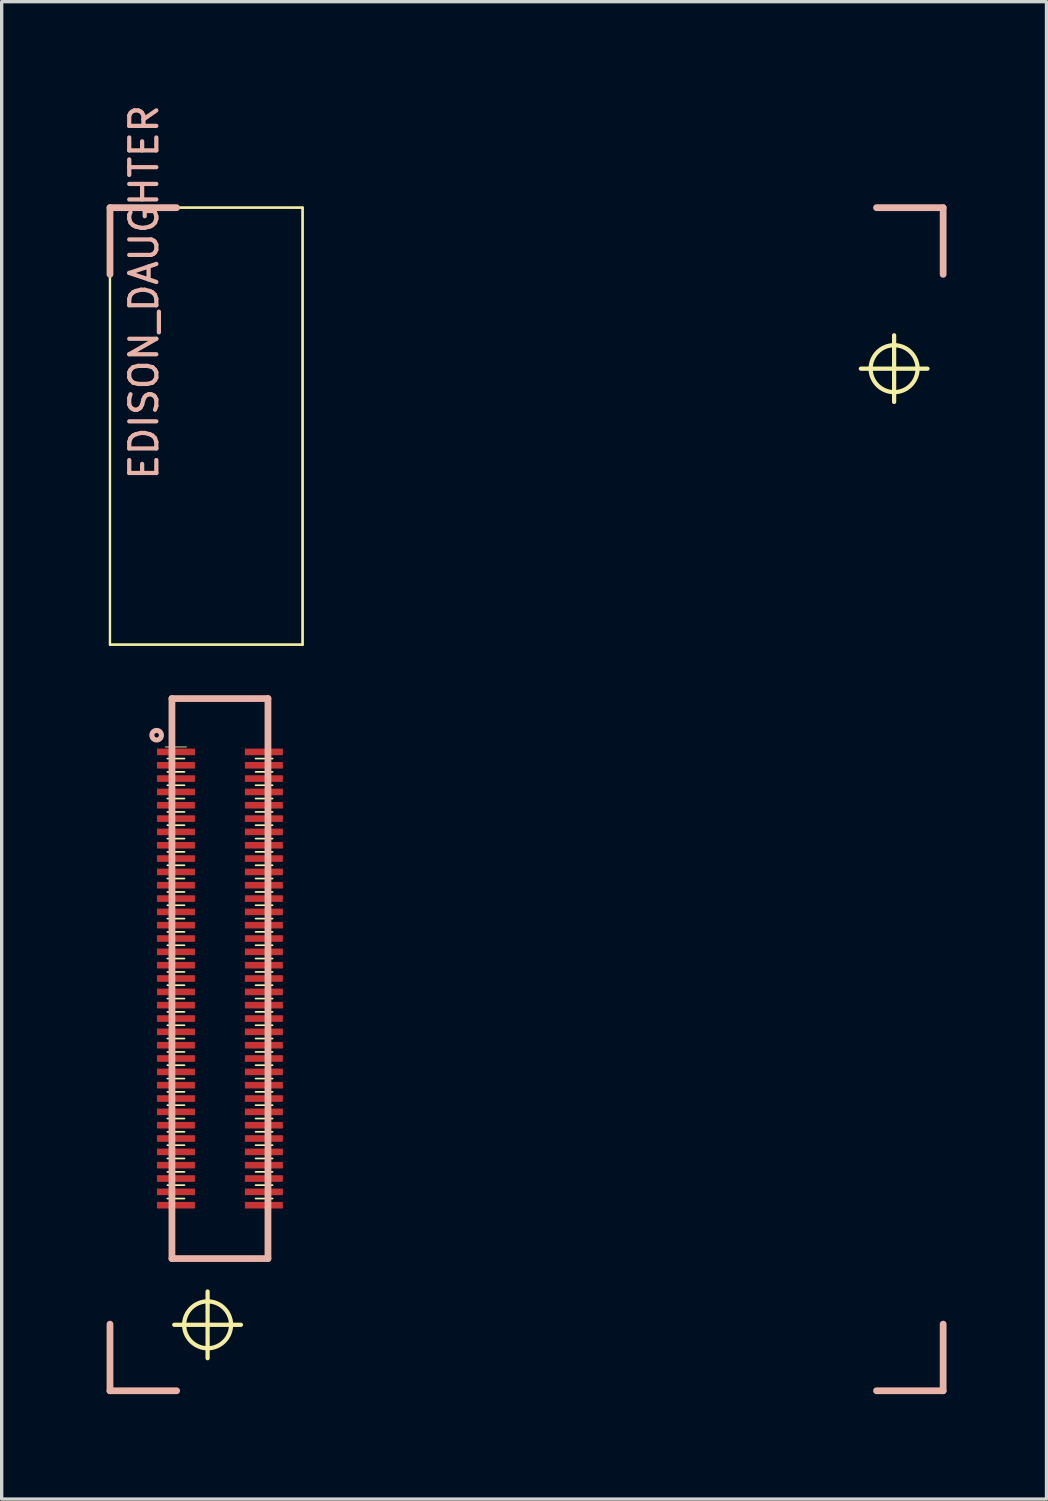
<source format=kicad_pcb>
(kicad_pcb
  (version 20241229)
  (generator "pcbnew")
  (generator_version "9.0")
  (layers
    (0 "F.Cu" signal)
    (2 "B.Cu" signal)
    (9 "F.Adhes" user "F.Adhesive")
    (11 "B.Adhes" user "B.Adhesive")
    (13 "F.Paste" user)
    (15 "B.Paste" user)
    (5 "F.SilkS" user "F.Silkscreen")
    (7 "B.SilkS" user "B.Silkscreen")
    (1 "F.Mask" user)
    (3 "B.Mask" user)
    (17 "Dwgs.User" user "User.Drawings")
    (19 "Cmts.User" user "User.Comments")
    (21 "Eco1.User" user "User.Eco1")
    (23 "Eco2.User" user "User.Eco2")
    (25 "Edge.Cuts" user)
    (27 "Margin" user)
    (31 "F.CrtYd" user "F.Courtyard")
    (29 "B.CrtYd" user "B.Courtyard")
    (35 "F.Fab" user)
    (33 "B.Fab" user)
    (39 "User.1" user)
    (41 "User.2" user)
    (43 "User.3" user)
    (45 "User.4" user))
  (footprint "EDISON_DAUGHTER"
    (layer "F.Cu")
    (at 0.25 38.68)
    (property "Reference" "EDISON_DAUGHTER" (at 1.021 -32.959 270) (layer "B.SilkS") (effects (font (size 0.813 0.813) (thickness 0.127))))
    (attr smd)
    (fp_line (start 0 -35.499) (end 5.779 -35.499) (stroke (width 0.066) (type solid)) (layer "F.SilkS"))
    (fp_line (start 0 -35.499) (end 5.779 -35.499) (stroke (width 0.066) (type solid)) (layer "F.SilkS"))
    (fp_line (start 0 -22.388) (end 0 -35.499) (stroke (width 0.066) (type solid)) (layer "F.SilkS"))
    (fp_line (start 0 -22.388) (end 0 -35.499) (stroke (width 0.066) (type solid)) (layer "F.SilkS"))
    (fp_line (start 0 -22.388) (end 5.779 -22.388) (stroke (width 0.066) (type solid)) (layer "F.SilkS"))
    (fp_line (start 0 -22.388) (end 5.779 -22.388) (stroke (width 0.066) (type solid)) (layer "F.SilkS"))
    (fp_line (start 1.661 -19.317) (end 2.296 -19.317) (stroke (width 0.025) (type solid)) (layer "F.SilkS"))
    (fp_line (start 1.722 -18.969) (end 2.235 -18.969) (stroke (width 0.051) (type solid)) (layer "F.SilkS"))
    (fp_line (start 1.722 -18.57) (end 2.235 -18.57) (stroke (width 0.051) (type solid)) (layer "F.SilkS"))
    (fp_line (start 1.722 -18.169) (end 2.235 -18.169) (stroke (width 0.051) (type solid)) (layer "F.SilkS"))
    (fp_line (start 1.722 -17.77) (end 2.235 -17.77) (stroke (width 0.051) (type solid)) (layer "F.SilkS"))
    (fp_line (start 1.722 -17.369) (end 2.235 -17.369) (stroke (width 0.051) (type solid)) (layer "F.SilkS"))
    (fp_line (start 1.722 -16.97) (end 2.235 -16.97) (stroke (width 0.051) (type solid)) (layer "F.SilkS"))
    (fp_line (start 1.722 -16.568) (end 2.235 -16.568) (stroke (width 0.051) (type solid)) (layer "F.SilkS"))
    (fp_line (start 1.722 -16.17) (end 2.235 -16.17) (stroke (width 0.051) (type solid)) (layer "F.SilkS"))
    (fp_line (start 1.722 -15.768) (end 2.235 -15.768) (stroke (width 0.051) (type solid)) (layer "F.SilkS"))
    (fp_line (start 1.722 -15.37) (end 2.235 -15.37) (stroke (width 0.051) (type solid)) (layer "F.SilkS"))
    (fp_line (start 1.722 -14.968) (end 2.235 -14.968) (stroke (width 0.051) (type solid)) (layer "F.SilkS"))
    (fp_line (start 1.722 -14.569) (end 2.235 -14.569) (stroke (width 0.051) (type solid)) (layer "F.SilkS"))
    (fp_line (start 1.722 -14.168) (end 2.235 -14.168) (stroke (width 0.051) (type solid)) (layer "F.SilkS"))
    (fp_line (start 1.722 -13.769) (end 2.235 -13.769) (stroke (width 0.051) (type solid)) (layer "F.SilkS"))
    (fp_line (start 1.722 -13.368) (end 2.235 -13.368) (stroke (width 0.051) (type solid)) (layer "F.SilkS"))
    (fp_line (start 1.722 -12.969) (end 2.235 -12.969) (stroke (width 0.051) (type solid)) (layer "F.SilkS"))
    (fp_line (start 1.722 -12.568) (end 2.235 -12.568) (stroke (width 0.051) (type solid)) (layer "F.SilkS"))
    (fp_line (start 1.722 -12.169) (end 2.235 -12.169) (stroke (width 0.051) (type solid)) (layer "F.SilkS"))
    (fp_line (start 1.722 -11.768) (end 2.235 -11.768) (stroke (width 0.051) (type solid)) (layer "F.SilkS"))
    (fp_line (start 1.722 -11.369) (end 2.235 -11.369) (stroke (width 0.051) (type solid)) (layer "F.SilkS"))
    (fp_line (start 1.722 -10.968) (end 2.235 -10.968) (stroke (width 0.051) (type solid)) (layer "F.SilkS"))
    (fp_line (start 1.722 -10.569) (end 2.235 -10.569) (stroke (width 0.051) (type solid)) (layer "F.SilkS"))
    (fp_line (start 1.722 -10.168) (end 2.235 -10.168) (stroke (width 0.051) (type solid)) (layer "F.SilkS"))
    (fp_line (start 1.722 -9.769) (end 2.235 -9.769) (stroke (width 0.051) (type solid)) (layer "F.SilkS"))
    (fp_line (start 1.722 -9.368) (end 2.235 -9.368) (stroke (width 0.051) (type solid)) (layer "F.SilkS"))
    (fp_line (start 1.722 -8.969) (end 2.235 -8.969) (stroke (width 0.051) (type solid)) (layer "F.SilkS"))
    (fp_line (start 1.722 -8.57) (end 2.235 -8.57) (stroke (width 0.051) (type solid)) (layer "F.SilkS"))
    (fp_line (start 1.722 -8.169) (end 2.235 -8.169) (stroke (width 0.051) (type solid)) (layer "F.SilkS"))
    (fp_line (start 1.722 -7.77) (end 2.235 -7.77) (stroke (width 0.051) (type solid)) (layer "F.SilkS"))
    (fp_line (start 1.722 -7.369) (end 2.235 -7.369) (stroke (width 0.051) (type solid)) (layer "F.SilkS"))
    (fp_line (start 1.722 -6.97) (end 2.235 -6.97) (stroke (width 0.051) (type solid)) (layer "F.SilkS"))
    (fp_line (start 1.722 -6.568) (end 2.235 -6.568) (stroke (width 0.051) (type solid)) (layer "F.SilkS"))
    (fp_line (start 1.722 -6.17) (end 2.235 -6.17) (stroke (width 0.051) (type solid)) (layer "F.SilkS"))
    (fp_line (start 1.722 -5.768) (end 2.235 -5.768) (stroke (width 0.051) (type solid)) (layer "F.SilkS"))
    (fp_line (start 1.928 -1.979) (end 3.929 -1.979) (stroke (width 0.127) (type solid)) (layer "F.SilkS"))
    (fp_line (start 2.929 -0.978) (end 2.929 -2.979) (stroke (width 0.127) (type solid)) (layer "F.SilkS"))
    (fp_line (start 4.369 -18.969) (end 4.879 -18.969) (stroke (width 0.051) (type solid)) (layer "F.SilkS"))
    (fp_line (start 4.369 -18.57) (end 4.879 -18.57) (stroke (width 0.051) (type solid)) (layer "F.SilkS"))
    (fp_line (start 4.369 -18.169) (end 4.879 -18.169) (stroke (width 0.051) (type solid)) (layer "F.SilkS"))
    (fp_line (start 4.369 -17.77) (end 4.879 -17.77) (stroke (width 0.051) (type solid)) (layer "F.SilkS"))
    (fp_line (start 4.369 -17.369) (end 4.879 -17.369) (stroke (width 0.051) (type solid)) (layer "F.SilkS"))
    (fp_line (start 4.369 -16.97) (end 4.879 -16.97) (stroke (width 0.051) (type solid)) (layer "F.SilkS"))
    (fp_line (start 4.369 -16.568) (end 4.879 -16.568) (stroke (width 0.051) (type solid)) (layer "F.SilkS"))
    (fp_line (start 4.369 -16.17) (end 4.879 -16.17) (stroke (width 0.051) (type solid)) (layer "F.SilkS"))
    (fp_line (start 4.369 -15.768) (end 4.879 -15.768) (stroke (width 0.051) (type solid)) (layer "F.SilkS"))
    (fp_line (start 4.369 -15.37) (end 4.879 -15.37) (stroke (width 0.051) (type solid)) (layer "F.SilkS"))
    (fp_line (start 4.369 -14.968) (end 4.879 -14.968) (stroke (width 0.051) (type solid)) (layer "F.SilkS"))
    (fp_line (start 4.369 -14.569) (end 4.879 -14.569) (stroke (width 0.051) (type solid)) (layer "F.SilkS"))
    (fp_line (start 4.369 -14.168) (end 4.879 -14.168) (stroke (width 0.051) (type solid)) (layer "F.SilkS"))
    (fp_line (start 4.369 -13.769) (end 4.879 -13.769) (stroke (width 0.051) (type solid)) (layer "F.SilkS"))
    (fp_line (start 4.369 -13.368) (end 4.879 -13.368) (stroke (width 0.051) (type solid)) (layer "F.SilkS"))
    (fp_line (start 4.369 -12.969) (end 4.879 -12.969) (stroke (width 0.051) (type solid)) (layer "F.SilkS"))
    (fp_line (start 4.369 -12.568) (end 4.879 -12.568) (stroke (width 0.051) (type solid)) (layer "F.SilkS"))
    (fp_line (start 4.369 -12.169) (end 4.879 -12.169) (stroke (width 0.051) (type solid)) (layer "F.SilkS"))
    (fp_line (start 4.369 -11.768) (end 4.879 -11.768) (stroke (width 0.051) (type solid)) (layer "F.SilkS"))
    (fp_line (start 4.369 -11.369) (end 4.879 -11.369) (stroke (width 0.051) (type solid)) (layer "F.SilkS"))
    (fp_line (start 4.369 -10.968) (end 4.879 -10.968) (stroke (width 0.051) (type solid)) (layer "F.SilkS"))
    (fp_line (start 4.369 -10.569) (end 4.879 -10.569) (stroke (width 0.051) (type solid)) (layer "F.SilkS"))
    (fp_line (start 4.369 -10.168) (end 4.879 -10.168) (stroke (width 0.051) (type solid)) (layer "F.SilkS"))
    (fp_line (start 4.369 -9.769) (end 4.879 -9.769) (stroke (width 0.051) (type solid)) (layer "F.SilkS"))
    (fp_line (start 4.369 -9.368) (end 4.879 -9.368) (stroke (width 0.051) (type solid)) (layer "F.SilkS"))
    (fp_line (start 4.369 -8.969) (end 4.879 -8.969) (stroke (width 0.051) (type solid)) (layer "F.SilkS"))
    (fp_line (start 4.369 -8.57) (end 4.879 -8.57) (stroke (width 0.051) (type solid)) (layer "F.SilkS"))
    (fp_line (start 4.369 -8.169) (end 4.879 -8.169) (stroke (width 0.051) (type solid)) (layer "F.SilkS"))
    (fp_line (start 4.369 -7.77) (end 4.879 -7.77) (stroke (width 0.051) (type solid)) (layer "F.SilkS"))
    (fp_line (start 4.369 -7.369) (end 4.879 -7.369) (stroke (width 0.051) (type solid)) (layer "F.SilkS"))
    (fp_line (start 4.369 -6.97) (end 4.879 -6.97) (stroke (width 0.051) (type solid)) (layer "F.SilkS"))
    (fp_line (start 4.369 -6.568) (end 4.879 -6.568) (stroke (width 0.051) (type solid)) (layer "F.SilkS"))
    (fp_line (start 4.369 -6.17) (end 4.879 -6.17) (stroke (width 0.051) (type solid)) (layer "F.SilkS"))
    (fp_line (start 4.369 -5.768) (end 4.879 -5.768) (stroke (width 0.051) (type solid)) (layer "F.SilkS"))
    (fp_line (start 5.779 -22.388) (end 5.779 -35.499) (stroke (width 0.066) (type solid)) (layer "F.SilkS"))
    (fp_line (start 5.779 -22.388) (end 5.779 -35.499) (stroke (width 0.066) (type solid)) (layer "F.SilkS"))
    (fp_line (start 22.53 -30.668) (end 24.529 -30.668) (stroke (width 0.127) (type solid)) (layer "F.SilkS"))
    (fp_line (start 23.528 -29.67) (end 23.528 -31.669) (stroke (width 0.127) (type solid)) (layer "F.SilkS"))
    (fp_circle (center 2.929 -1.979) (end 3.426 -2.477) (stroke (width 0.127) (type solid)) (fill no) (layer "F.SilkS"))
    (fp_circle (center 23.528 -30.668) (end 24.026 -31.166) (stroke (width 0.127) (type solid)) (fill no) (layer "F.SilkS"))
    (fp_line (start 0 -35.499) (end 1.999 -35.499) (stroke (width 0.203) (type solid)) (layer "B.SilkS"))
    (fp_line (start 0 -33.498) (end 0 -35.499) (stroke (width 0.203) (type solid)) (layer "B.SilkS"))
    (fp_line (start 0 0) (end 0 -1.999) (stroke (width 0.203) (type solid)) (layer "B.SilkS"))
    (fp_line (start 1.859 -20.77) (end 4.74 -20.77) (stroke (width 0.203) (type solid)) (layer "B.SilkS"))
    (fp_line (start 1.859 -3.967) (end 1.859 -20.77) (stroke (width 0.203) (type solid)) (layer "B.SilkS"))
    (fp_line (start 1.999 0) (end 0 0) (stroke (width 0.203) (type solid)) (layer "B.SilkS"))
    (fp_line (start 4.74 -20.77) (end 4.74 -3.967) (stroke (width 0.203) (type solid)) (layer "B.SilkS"))
    (fp_line (start 4.74 -3.967) (end 1.859 -3.967) (stroke (width 0.203) (type solid)) (layer "B.SilkS"))
    (fp_line (start 23 -35.499) (end 24.999 -35.499) (stroke (width 0.203) (type solid)) (layer "B.SilkS"))
    (fp_line (start 24.999 -35.499) (end 24.999 -33.498) (stroke (width 0.203) (type solid)) (layer "B.SilkS"))
    (fp_line (start 24.999 -1.999) (end 24.999 0) (stroke (width 0.203) (type solid)) (layer "B.SilkS"))
    (fp_line (start 24.999 0) (end 23 0) (stroke (width 0.203) (type solid)) (layer "B.SilkS"))
    (fp_circle (center 1.4 -19.67) (end 1.448 -19.718) (stroke (width 0.152) (type solid)) (fill no) (layer "B.SilkS"))
    (pad "1" smd rect (at 1.979 -19.169 90) (size 0.198 1.138) (layers "F.Cu" "F.Mask" "F.Paste"))
    (pad "2" smd rect (at 4.618 -19.169 90) (size 0.198 1.138) (layers "F.Cu" "F.Mask" "F.Paste"))
    (pad "3" smd rect (at 1.979 -18.768 90) (size 0.198 1.138) (layers "F.Cu" "F.Mask" "F.Paste"))
    (pad "4" smd rect (at 4.618 -18.768 90) (size 0.198 1.138) (layers "F.Cu" "F.Mask" "F.Paste"))
    (pad "5" smd rect (at 1.979 -18.369 90) (size 0.198 1.138) (layers "F.Cu" "F.Mask" "F.Paste"))
    (pad "6" smd rect (at 4.618 -18.369 90) (size 0.198 1.138) (layers "F.Cu" "F.Mask" "F.Paste"))
    (pad "7" smd rect (at 1.979 -17.968 90) (size 0.198 1.138) (layers "F.Cu" "F.Mask" "F.Paste"))
    (pad "8" smd rect (at 4.618 -17.968 90) (size 0.198 1.138) (layers "F.Cu" "F.Mask" "F.Paste"))
    (pad "9" smd rect (at 1.979 -17.569 90) (size 0.198 1.138) (layers "F.Cu" "F.Mask" "F.Paste"))
    (pad "10" smd rect (at 4.618 -17.569 90) (size 0.198 1.138) (layers "F.Cu" "F.Mask" "F.Paste"))
    (pad "11" smd rect (at 1.979 -17.168 90) (size 0.198 1.138) (layers "F.Cu" "F.Mask" "F.Paste"))
    (pad "12" smd rect (at 4.618 -17.168 90) (size 0.198 1.138) (layers "F.Cu" "F.Mask" "F.Paste"))
    (pad "13" smd rect (at 1.979 -16.769 90) (size 0.198 1.138) (layers "F.Cu" "F.Mask" "F.Paste"))
    (pad "14" smd rect (at 4.618 -16.769 90) (size 0.198 1.138) (layers "F.Cu" "F.Mask" "F.Paste"))
    (pad "15" smd rect (at 1.979 -16.368 90) (size 0.198 1.138) (layers "F.Cu" "F.Mask" "F.Paste"))
    (pad "16" smd rect (at 4.618 -16.368 90) (size 0.198 1.138) (layers "F.Cu" "F.Mask" "F.Paste"))
    (pad "17" smd rect (at 1.979 -15.969 90) (size 0.198 1.138) (layers "F.Cu" "F.Mask" "F.Paste"))
    (pad "18" smd rect (at 4.618 -15.969 90) (size 0.198 1.138) (layers "F.Cu" "F.Mask" "F.Paste"))
    (pad "19" smd rect (at 1.979 -15.568 90) (size 0.198 1.138) (layers "F.Cu" "F.Mask" "F.Paste"))
    (pad "20" smd rect (at 4.618 -15.568 90) (size 0.198 1.138) (layers "F.Cu" "F.Mask" "F.Paste"))
    (pad "21" smd rect (at 1.979 -15.169 90) (size 0.198 1.138) (layers "F.Cu" "F.Mask" "F.Paste"))
    (pad "22" smd rect (at 4.618 -15.169 90) (size 0.198 1.138) (layers "F.Cu" "F.Mask" "F.Paste"))
    (pad "23" smd rect (at 1.979 -14.768 90) (size 0.198 1.138) (layers "F.Cu" "F.Mask" "F.Paste"))
    (pad "24" smd rect (at 4.618 -14.768 90) (size 0.198 1.138) (layers "F.Cu" "F.Mask" "F.Paste"))
    (pad "25" smd rect (at 1.979 -14.369 90) (size 0.198 1.138) (layers "F.Cu" "F.Mask" "F.Paste"))
    (pad "26" smd rect (at 4.618 -14.369 90) (size 0.198 1.138) (layers "F.Cu" "F.Mask" "F.Paste"))
    (pad "27" smd rect (at 1.979 -13.97 90) (size 0.198 1.138) (layers "F.Cu" "F.Mask" "F.Paste"))
    (pad "28" smd rect (at 4.618 -13.97 90) (size 0.198 1.138) (layers "F.Cu" "F.Mask" "F.Paste"))
    (pad "29" smd rect (at 1.979 -13.569 90) (size 0.198 1.138) (layers "F.Cu" "F.Mask" "F.Paste"))
    (pad "30" smd rect (at 4.618 -13.569 90) (size 0.198 1.138) (layers "F.Cu" "F.Mask" "F.Paste"))
    (pad "31" smd rect (at 1.979 -13.17 90) (size 0.198 1.138) (layers "F.Cu" "F.Mask" "F.Paste"))
    (pad "32" smd rect (at 4.618 -13.17 90) (size 0.198 1.138) (layers "F.Cu" "F.Mask" "F.Paste"))
    (pad "33" smd rect (at 1.979 -12.769 90) (size 0.198 1.138) (layers "F.Cu" "F.Mask" "F.Paste"))
    (pad "34" smd rect (at 4.618 -12.769 90) (size 0.198 1.138) (layers "F.Cu" "F.Mask" "F.Paste"))
    (pad "35" smd rect (at 1.979 -12.37 90) (size 0.198 1.138) (layers "F.Cu" "F.Mask" "F.Paste"))
    (pad "36" smd rect (at 4.618 -12.37 90) (size 0.198 1.138) (layers "F.Cu" "F.Mask" "F.Paste"))
    (pad "37" smd rect (at 1.979 -11.968 90) (size 0.198 1.138) (layers "F.Cu" "F.Mask" "F.Paste"))
    (pad "38" smd rect (at 4.618 -11.968 90) (size 0.198 1.138) (layers "F.Cu" "F.Mask" "F.Paste"))
    (pad "39" smd rect (at 1.979 -11.57 90) (size 0.198 1.138) (layers "F.Cu" "F.Mask" "F.Paste"))
    (pad "40" smd rect (at 4.618 -11.57 90) (size 0.198 1.138) (layers "F.Cu" "F.Mask" "F.Paste"))
    (pad "41" smd rect (at 1.979 -11.168 90) (size 0.198 1.138) (layers "F.Cu" "F.Mask" "F.Paste"))
    (pad "42" smd rect (at 4.618 -11.168 90) (size 0.198 1.138) (layers "F.Cu" "F.Mask" "F.Paste"))
    (pad "43" smd rect (at 1.979 -10.77 90) (size 0.198 1.138) (layers "F.Cu" "F.Mask" "F.Paste"))
    (pad "44" smd rect (at 4.618 -10.77 90) (size 0.198 1.138) (layers "F.Cu" "F.Mask" "F.Paste"))
    (pad "45" smd rect (at 1.979 -10.368 90) (size 0.198 1.138) (layers "F.Cu" "F.Mask" "F.Paste"))
    (pad "46" smd rect (at 4.618 -10.368 90) (size 0.198 1.138) (layers "F.Cu" "F.Mask" "F.Paste"))
    (pad "47" smd rect (at 1.979 -9.97 90) (size 0.198 1.138) (layers "F.Cu" "F.Mask" "F.Paste"))
    (pad "48" smd rect (at 4.618 -9.97 90) (size 0.198 1.138) (layers "F.Cu" "F.Mask" "F.Paste"))
    (pad "49" smd rect (at 1.979 -9.568 90) (size 0.198 1.138) (layers "F.Cu" "F.Mask" "F.Paste"))
    (pad "50" smd rect (at 4.618 -9.568 90) (size 0.198 1.138) (layers "F.Cu" "F.Mask" "F.Paste"))
    (pad "51" smd rect (at 1.979 -9.169 90) (size 0.198 1.138) (layers "F.Cu" "F.Mask" "F.Paste"))
    (pad "52" smd rect (at 4.618 -9.169 90) (size 0.198 1.138) (layers "F.Cu" "F.Mask" "F.Paste"))
    (pad "53" smd rect (at 1.979 -8.768 90) (size 0.198 1.138) (layers "F.Cu" "F.Mask" "F.Paste"))
    (pad "54" smd rect (at 4.618 -8.768 90) (size 0.198 1.138) (layers "F.Cu" "F.Mask" "F.Paste"))
    (pad "55" smd rect (at 1.979 -8.369 90) (size 0.198 1.138) (layers "F.Cu" "F.Mask" "F.Paste"))
    (pad "56" smd rect (at 4.618 -8.369 90) (size 0.198 1.138) (layers "F.Cu" "F.Mask" "F.Paste"))
    (pad "57" smd rect (at 1.979 -7.968 90) (size 0.198 1.138) (layers "F.Cu" "F.Mask" "F.Paste"))
    (pad "58" smd rect (at 4.618 -7.968 90) (size 0.198 1.138) (layers "F.Cu" "F.Mask" "F.Paste"))
    (pad "59" smd rect (at 1.979 -7.569 90) (size 0.198 1.138) (layers "F.Cu" "F.Mask" "F.Paste"))
    (pad "60" smd rect (at 4.618 -7.569 90) (size 0.198 1.138) (layers "F.Cu" "F.Mask" "F.Paste"))
    (pad "61" smd rect (at 1.979 -7.168 90) (size 0.198 1.138) (layers "F.Cu" "F.Mask" "F.Paste"))
    (pad "62" smd rect (at 4.618 -7.168 90) (size 0.198 1.138) (layers "F.Cu" "F.Mask" "F.Paste"))
    (pad "63" smd rect (at 1.979 -6.769 90) (size 0.198 1.138) (layers "F.Cu" "F.Mask" "F.Paste"))
    (pad "64" smd rect (at 4.618 -6.769 90) (size 0.198 1.138) (layers "F.Cu" "F.Mask" "F.Paste"))
    (pad "65" smd rect (at 1.979 -6.368 90) (size 0.198 1.138) (layers "F.Cu" "F.Mask" "F.Paste"))
    (pad "66" smd rect (at 4.618 -6.368 90) (size 0.198 1.138) (layers "F.Cu" "F.Mask" "F.Paste"))
    (pad "67" smd rect (at 1.979 -5.969 90) (size 0.198 1.138) (layers "F.Cu" "F.Mask" "F.Paste"))
    (pad "68" smd rect (at 4.618 -5.969 90) (size 0.198 1.138) (layers "F.Cu" "F.Mask" "F.Paste"))
    (pad "69" smd rect (at 1.979 -5.568 90) (size 0.198 1.138) (layers "F.Cu" "F.Mask" "F.Paste"))
    (pad "70" smd rect (at 4.618 -5.568 90) (size 0.198 1.138) (layers "F.Cu" "F.Mask" "F.Paste")))
  (gr_rect
    (start -3 -3)
    (end 28.35 41.93)
    (stroke (width 0.1) (type default))
    (fill no)
    (layer "Edge.Cuts")))
</source>
